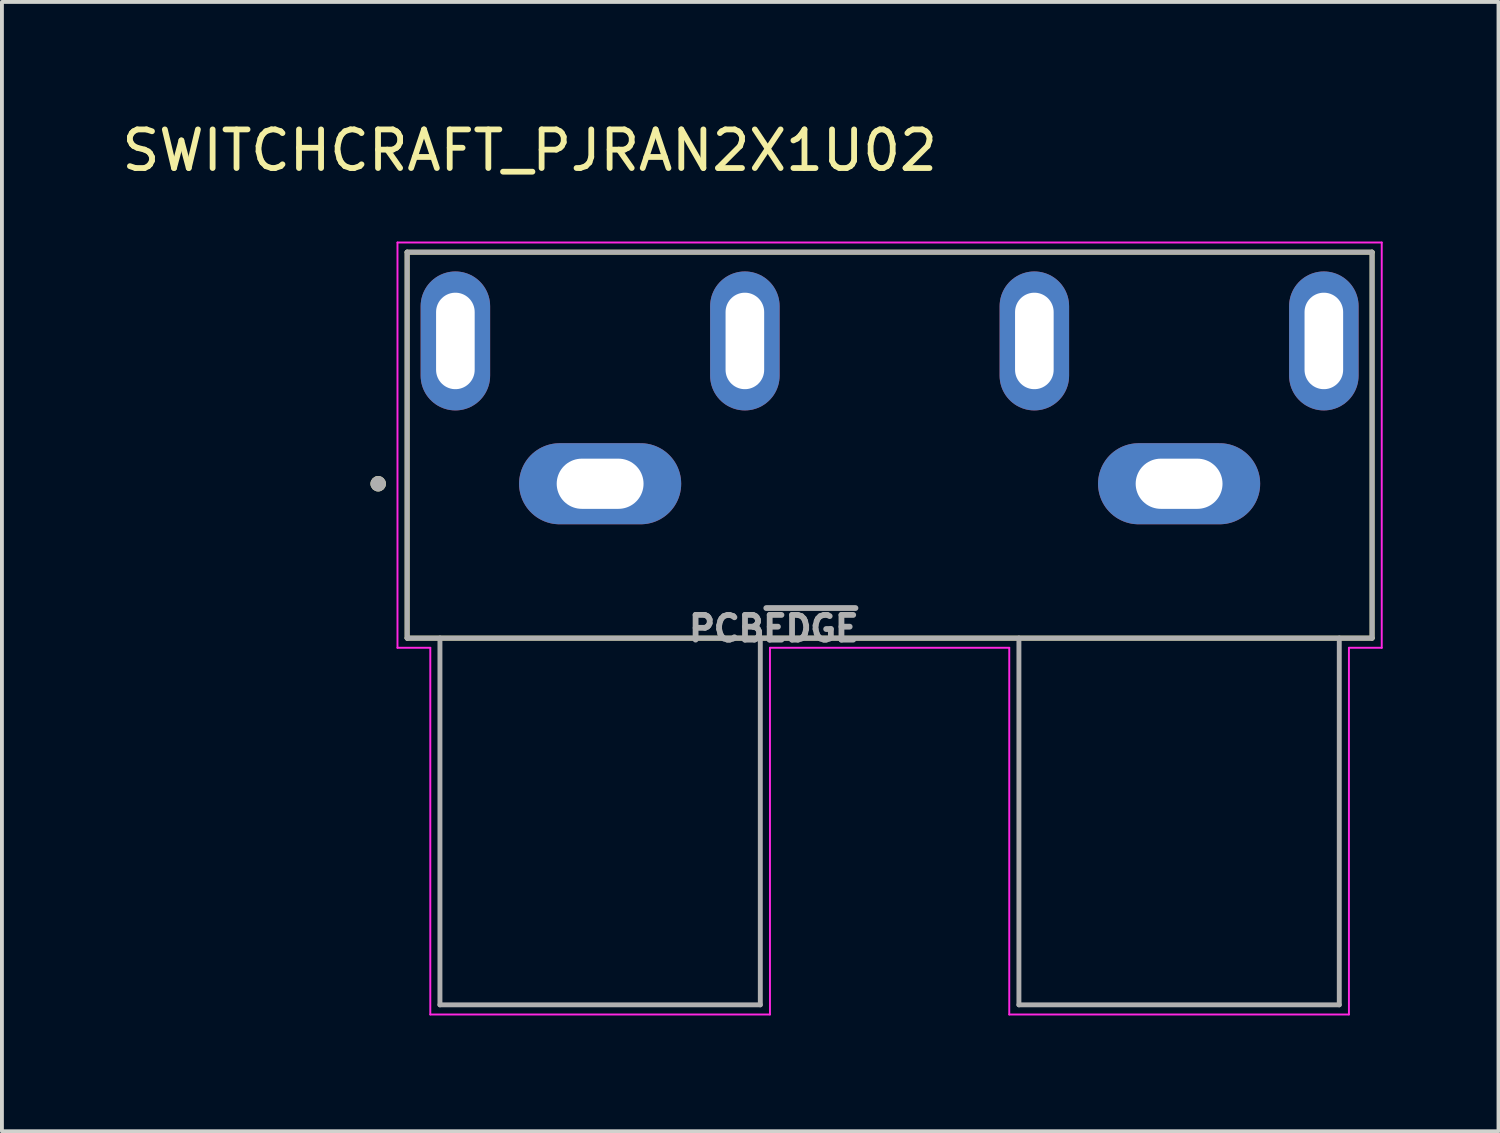
<source format=kicad_pcb>
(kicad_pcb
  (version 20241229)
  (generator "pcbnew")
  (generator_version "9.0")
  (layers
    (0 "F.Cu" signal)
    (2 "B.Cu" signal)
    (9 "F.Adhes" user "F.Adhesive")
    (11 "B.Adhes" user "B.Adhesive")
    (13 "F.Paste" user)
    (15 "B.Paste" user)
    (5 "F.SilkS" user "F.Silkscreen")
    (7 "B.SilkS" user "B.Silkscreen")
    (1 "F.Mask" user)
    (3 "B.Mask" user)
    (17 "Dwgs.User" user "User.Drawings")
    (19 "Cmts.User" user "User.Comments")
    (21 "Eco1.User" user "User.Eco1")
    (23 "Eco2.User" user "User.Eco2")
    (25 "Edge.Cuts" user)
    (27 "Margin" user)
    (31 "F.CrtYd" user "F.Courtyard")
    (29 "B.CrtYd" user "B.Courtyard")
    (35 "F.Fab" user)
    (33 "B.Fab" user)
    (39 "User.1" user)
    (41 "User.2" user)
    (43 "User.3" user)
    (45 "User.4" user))
  (footprint "SWITCHCRAFT_PJRAN2X1U02"
    (layer "F.Cu")
    (at 19.998 9.483)
    (property "Reference" "SWITCHCRAFT_PJRAN2X1U02" (at -9.325 -8.635 0) (layer "F.SilkS") (effects (font (size 1 1) (thickness 0.15))))
    (attr through_hole)
    (fp_line (start -12.5 -6) (end -12.5 4) (stroke (width 0.127) (type solid)) (layer "F.SilkS"))
    (fp_line (start -12.5 4) (end 12.5 4) (stroke (width 0.127) (type solid)) (layer "F.SilkS"))
    (fp_line (start 12.5 -6) (end -12.5 -6) (stroke (width 0.127) (type solid)) (layer "F.SilkS"))
    (fp_line (start 12.5 4) (end 12.5 -6) (stroke (width 0.127) (type solid)) (layer "F.SilkS"))
    (fp_circle (center -13.25 0) (end -13.15 0) (stroke (width 0.2) (type solid)) (fill no) (layer "F.SilkS"))
    (fp_line (start -12.75 -6.25) (end -12.75 4.25) (stroke (width 0.05) (type solid)) (layer "F.CrtYd"))
    (fp_line (start -12.75 4.25) (end -11.9 4.25) (stroke (width 0.05) (type solid)) (layer "F.CrtYd"))
    (fp_line (start -11.9 4.25) (end -11.9 13.75) (stroke (width 0.05) (type solid)) (layer "F.CrtYd"))
    (fp_line (start -11.9 13.75) (end -3.1 13.75) (stroke (width 0.05) (type solid)) (layer "F.CrtYd"))
    (fp_line (start -3.1 4.25) (end 3.1 4.25) (stroke (width 0.05) (type solid)) (layer "F.CrtYd"))
    (fp_line (start -3.1 13.75) (end -3.1 4.25) (stroke (width 0.05) (type solid)) (layer "F.CrtYd"))
    (fp_line (start 3.1 4.25) (end 3.1 13.75) (stroke (width 0.05) (type solid)) (layer "F.CrtYd"))
    (fp_line (start 3.1 13.75) (end 11.9 13.75) (stroke (width 0.05) (type solid)) (layer "F.CrtYd"))
    (fp_line (start 11.9 4.25) (end 12.75 4.25) (stroke (width 0.05) (type solid)) (layer "F.CrtYd"))
    (fp_line (start 11.9 13.75) (end 11.9 4.25) (stroke (width 0.05) (type solid)) (layer "F.CrtYd"))
    (fp_line (start 12.75 -6.25) (end -12.75 -6.25) (stroke (width 0.05) (type solid)) (layer "F.CrtYd"))
    (fp_line (start 12.75 4.25) (end 12.75 -6.25) (stroke (width 0.05) (type solid)) (layer "F.CrtYd"))
    (fp_line (start -12.5 -6) (end -12.5 4) (stroke (width 0.127) (type solid)) (layer "F.Fab"))
    (fp_line (start -12.5 4) (end -11.65 4) (stroke (width 0.127) (type solid)) (layer "F.Fab"))
    (fp_line (start -11.65 4) (end -11.65 13.5) (stroke (width 0.127) (type solid)) (layer "F.Fab"))
    (fp_line (start -11.65 4) (end -3.35 4) (stroke (width 0.127) (type solid)) (layer "F.Fab"))
    (fp_line (start -11.65 13.5) (end -3.35 13.5) (stroke (width 0.127) (type solid)) (layer "F.Fab"))
    (fp_line (start -3.35 4) (end 3.35 4) (stroke (width 0.127) (type solid)) (layer "F.Fab"))
    (fp_line (start -3.35 13.5) (end -3.35 4) (stroke (width 0.127) (type solid)) (layer "F.Fab"))
    (fp_line (start 3.35 4) (end 3.35 13.5) (stroke (width 0.127) (type solid)) (layer "F.Fab"))
    (fp_line (start 3.35 4) (end 11.65 4) (stroke (width 0.127) (type solid)) (layer "F.Fab"))
    (fp_line (start 3.35 13.5) (end 11.65 13.5) (stroke (width 0.127) (type solid)) (layer "F.Fab"))
    (fp_line (start 11.65 4) (end 12.5 4) (stroke (width 0.127) (type solid)) (layer "F.Fab"))
    (fp_line (start 11.65 13.5) (end 11.65 4) (stroke (width 0.127) (type solid)) (layer "F.Fab"))
    (fp_line (start 12.5 -6) (end -12.5 -6) (stroke (width 0.127) (type solid)) (layer "F.Fab"))
    (fp_line (start 12.5 4) (end 12.5 -6) (stroke (width 0.127) (type solid)) (layer "F.Fab"))
    (fp_circle (center -13.25 0) (end -13.15 0) (stroke (width 0.2) (type solid)) (fill no) (layer "F.Fab"))
    (fp_text user "PCB~{EDGE}" (at -3 3.75 0) (layer "F.Fab") (effects (font (size 0.64 0.64) (thickness 0.15))))
    (pad "1A" thru_hole oval (at -7.5 0) (size 4.2 2.1) (drill oval 2.25 1.3) (layers "*.Cu" "*.Mask"))
    (pad "1B" thru_hole oval (at 7.5 0) (size 4.2 2.1) (drill oval 2.25 1.3) (layers "*.Cu" "*.Mask"))
    (pad "2A" thru_hole oval (at -11.25 -3.7) (size 1.8 3.6) (drill oval 1 2.5) (layers "*.Cu" "*.Mask"))
    (pad "2B" thru_hole oval (at 3.75 -3.7) (size 1.8 3.6) (drill oval 1 2.5) (layers "*.Cu" "*.Mask"))
    (pad "3A" thru_hole oval (at -3.75 -3.7) (size 1.8 3.6) (drill oval 1 2.5) (layers "*.Cu" "*.Mask"))
    (pad "3B" thru_hole oval (at 11.25 -3.7) (size 1.8 3.6) (drill oval 1 2.5) (layers "*.Cu" "*.Mask")))
  (gr_rect
    (start -3 -3)
    (end 35.773 26.258)
    (stroke (width 0.1) (type default))
    (fill no)
    (layer "Edge.Cuts")))
</source>
